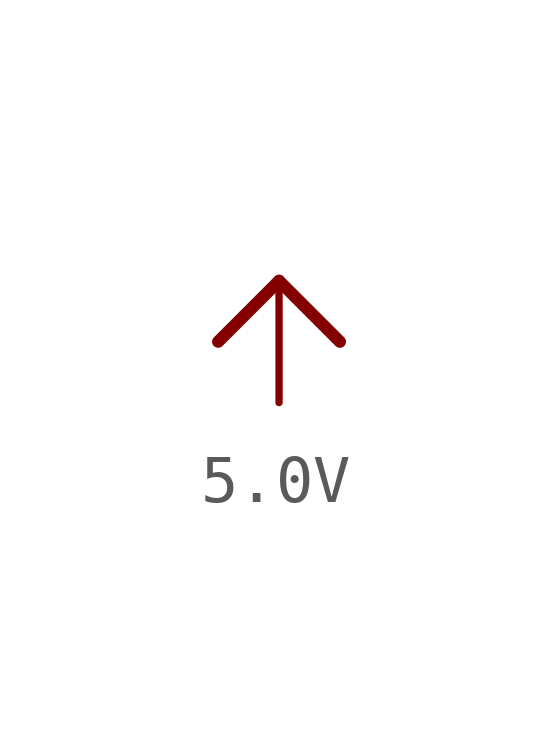
<source format=kicad_sym>
(kicad_symbol_lib
  (version 20241209)
  (generator "kicad_symbol_editor")
  (generator_version "9.0")
  (symbol "5.0V"
    (power)
    (property "Reference" ""
      (at 0 0 0)
      (effects (font (size 1.27 1.27)) (hide yes)))
    (property "Value" ""
      (at -1.524 1.016 0)
      (effects (font (size 1.27 1.079)) (justify left bottom)))
    (property "ki_locked" ""
      (at 0 0 0)
      (effects (font (size 1.27 1.27))))
    (symbol "5.0V_1_0"
      (polyline (pts (xy -1.27 -1.27) (xy 0 0)) (stroke (width 0.254) (type solid)) (fill (type none)))
      (polyline (pts (xy 0 0) (xy 1.27 -1.27)) (stroke (width 0.254) (type solid)) (fill (type none)))
      (pin power_in line (at 0 -2.54 90) (length 2.54) (name "5.0V" (effects (font (size 0 0)))) (number "1" (effects (font (size 0 0))))))))
</source>
